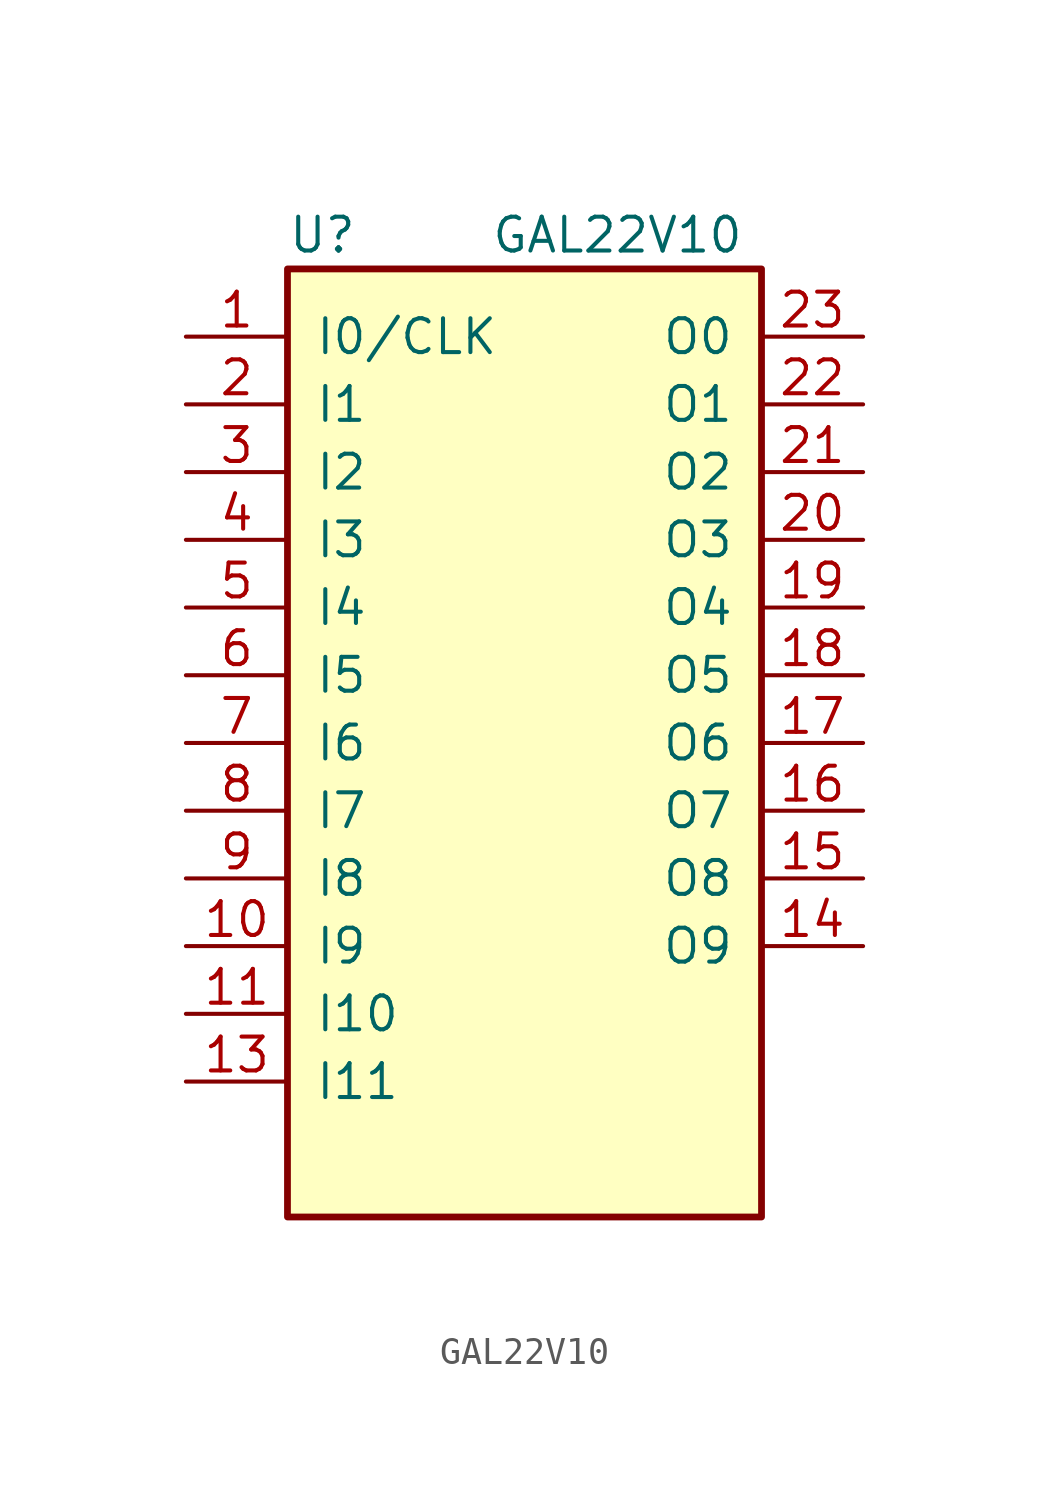
<source format=kicad_sym>
(kicad_symbol_lib
  (version 20211014)
  (generator kicad_symbol_editor)
  (symbol "GAL22V10"
    (pin_names
      (offset 1.016))
    (property "Reference" "U"
      (at -8.89 19.05 0)
      (effects (font (size 1.27 1.27)) (justify left)))
    (property "Value" "GAL22V10"
      (at -1.27 19.05 0)
      (effects (font (size 1.27 1.27)) (justify left)))
    (symbol "GAL22V10_0_1"
      (rectangle (start -8.89 -17.78) (end 8.89 17.78) (stroke (width 0.254) (type default) (color 0 0 0 0)) (fill (type background))))
    (symbol "GAL22V10_1_1"
      (pin input line (at -12.7 15.24 0) (length 3.81) (name "I0/CLK" (effects (font (size 1.27 1.27)))) (number "1" (effects (font (size 1.27 1.27)))))
      (pin input line (at -12.7 -7.62 0) (length 3.81) (name "I9" (effects (font (size 1.27 1.27)))) (number "10" (effects (font (size 1.27 1.27)))))
      (pin input line (at -12.7 -10.16 0) (length 3.81) (name "I10" (effects (font (size 1.27 1.27)))) (number "11" (effects (font (size 1.27 1.27)))))
      (pin power_in line (at 0 -17.78 90) (length 0) hide (name "GND" (effects (font (size 1.27 1.27)))) (number "12" (effects (font (size 1.27 1.27)))))
      (pin input line (at -12.7 -12.7 0) (length 3.81) (name "I11" (effects (font (size 1.27 1.27)))) (number "13" (effects (font (size 1.27 1.27)))))
      (pin output line (at 12.7 -7.62 180) (length 3.81) (name "O9" (effects (font (size 1.27 1.27)))) (number "14" (effects (font (size 1.27 1.27)))))
      (pin output line (at 12.7 -5.08 180) (length 3.81) (name "O8" (effects (font (size 1.27 1.27)))) (number "15" (effects (font (size 1.27 1.27)))))
      (pin output line (at 12.7 -2.54 180) (length 3.81) (name "O7" (effects (font (size 1.27 1.27)))) (number "16" (effects (font (size 1.27 1.27)))))
      (pin output line (at 12.7 0 180) (length 3.81) (name "O6" (effects (font (size 1.27 1.27)))) (number "17" (effects (font (size 1.27 1.27)))))
      (pin output line (at 12.7 2.54 180) (length 3.81) (name "O5" (effects (font (size 1.27 1.27)))) (number "18" (effects (font (size 1.27 1.27)))))
      (pin output line (at 12.7 5.08 180) (length 3.81) (name "O4" (effects (font (size 1.27 1.27)))) (number "19" (effects (font (size 1.27 1.27)))))
      (pin input line (at -12.7 12.7 0) (length 3.81) (name "I1" (effects (font (size 1.27 1.27)))) (number "2" (effects (font (size 1.27 1.27)))))
      (pin output line (at 12.7 7.62 180) (length 3.81) (name "O3" (effects (font (size 1.27 1.27)))) (number "20" (effects (font (size 1.27 1.27)))))
      (pin output line (at 12.7 10.16 180) (length 3.81) (name "O2" (effects (font (size 1.27 1.27)))) (number "21" (effects (font (size 1.27 1.27)))))
      (pin output line (at 12.7 12.7 180) (length 3.81) (name "O1" (effects (font (size 1.27 1.27)))) (number "22" (effects (font (size 1.27 1.27)))))
      (pin output line (at 12.7 15.24 180) (length 3.81) (name "O0" (effects (font (size 1.27 1.27)))) (number "23" (effects (font (size 1.27 1.27)))))
      (pin power_in line (at 0 17.78 270) (length 0) hide (name "VCC" (effects (font (size 1.27 1.27)))) (number "24" (effects (font (size 1.27 1.27)))))
      (pin input line (at -12.7 10.16 0) (length 3.81) (name "I2" (effects (font (size 1.27 1.27)))) (number "3" (effects (font (size 1.27 1.27)))))
      (pin input line (at -12.7 7.62 0) (length 3.81) (name "I3" (effects (font (size 1.27 1.27)))) (number "4" (effects (font (size 1.27 1.27)))))
      (pin input line (at -12.7 5.08 0) (length 3.81) (name "I4" (effects (font (size 1.27 1.27)))) (number "5" (effects (font (size 1.27 1.27)))))
      (pin input line (at -12.7 2.54 0) (length 3.81) (name "I5" (effects (font (size 1.27 1.27)))) (number "6" (effects (font (size 1.27 1.27)))))
      (pin input line (at -12.7 0 0) (length 3.81) (name "I6" (effects (font (size 1.27 1.27)))) (number "7" (effects (font (size 1.27 1.27)))))
      (pin input line (at -12.7 -2.54 0) (length 3.81) (name "I7" (effects (font (size 1.27 1.27)))) (number "8" (effects (font (size 1.27 1.27)))))
      (pin input line (at -12.7 -5.08 0) (length 3.81) (name "I8" (effects (font (size 1.27 1.27)))) (number "9" (effects (font (size 1.27 1.27))))))))
</source>
